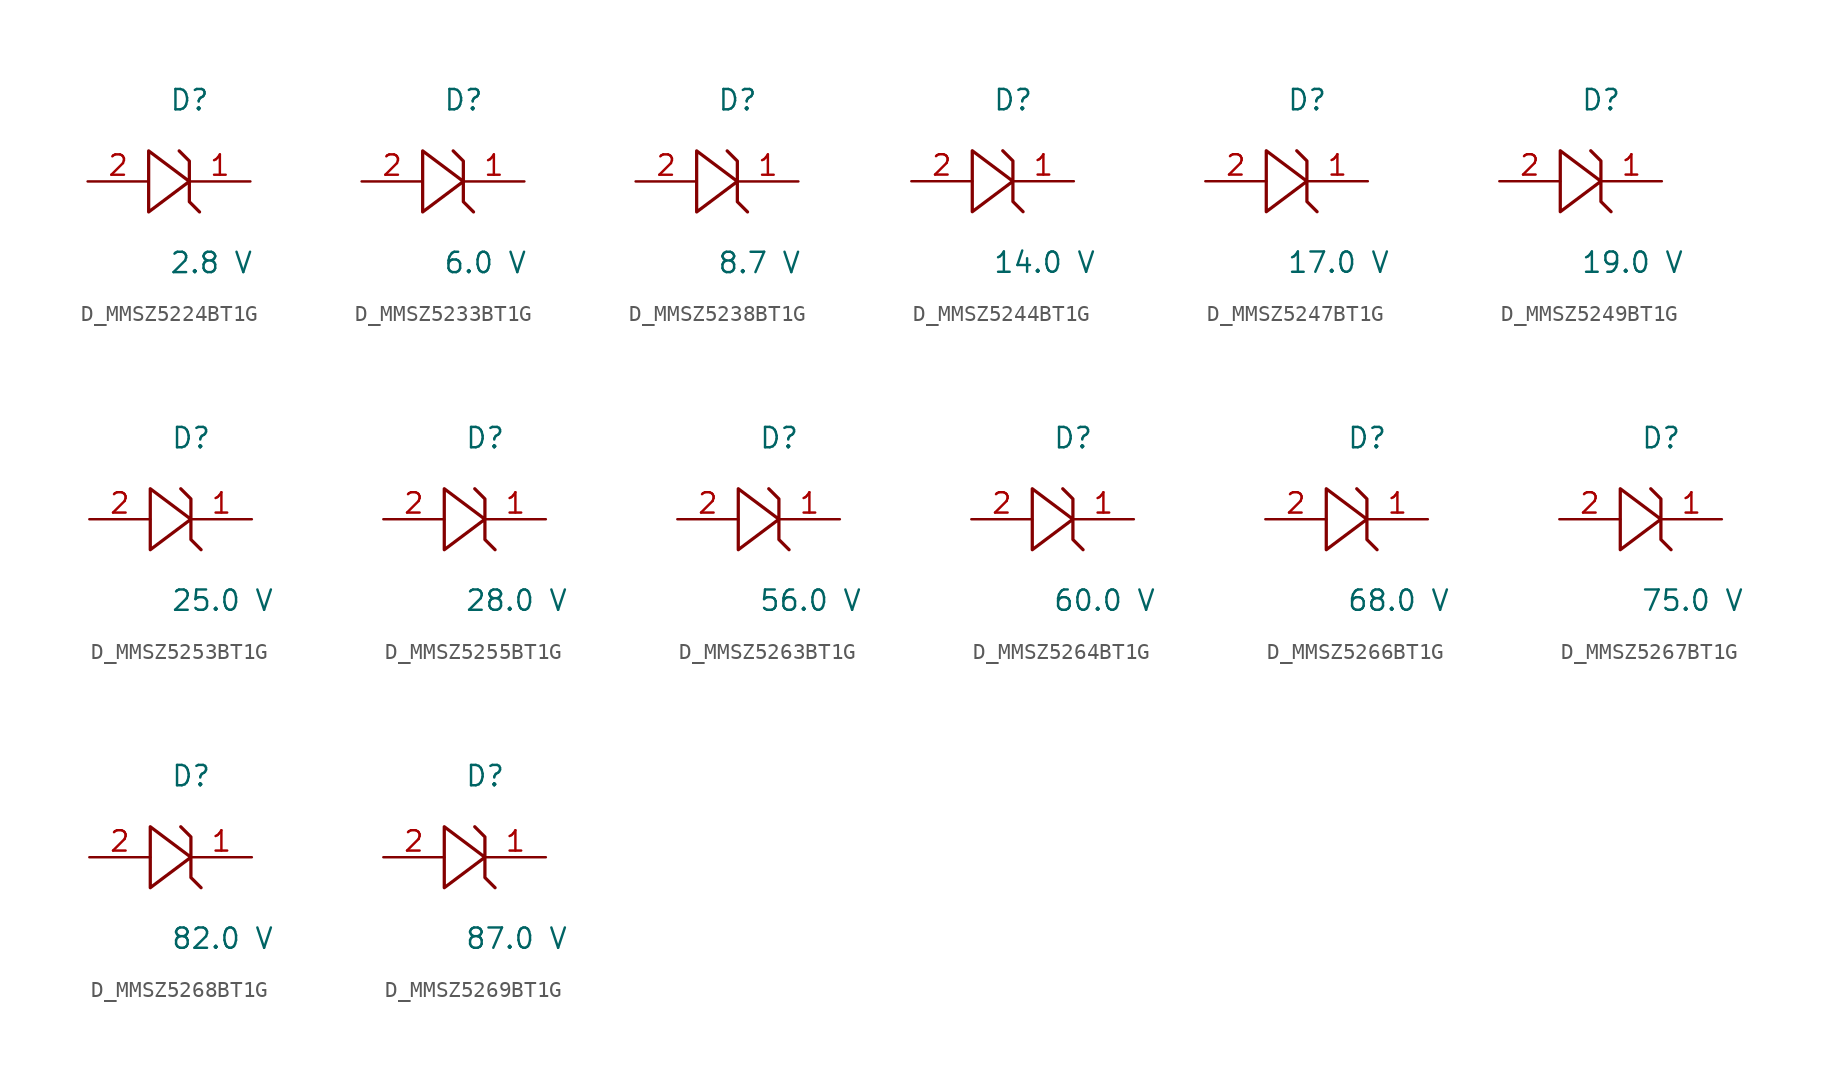
<source format=kicad_sym>
(kicad_symbol_lib
  (version 20231120)
  (generator kicad_symbol_editor)
  (generator_version 8.0)
  (symbol "D_MMSZ5224BT1G"
    (pin_names
      (offset 0.254))
    (property "Reference" "D"
      (at 0.0 5.08 0)
      (effects (font (size 1.27 1.27)) (justify left)))
    (property "Value" "2.8 V"
      (at 0.0 -5.08 0)
      (effects (font (size 1.27 1.27)) (justify left)))
    (symbol "D_MMSZ5224BT1G_1_0"
      (polyline (pts (xy 0.635 1.905) (xy 1.27 1.27) (xy 1.27 0) (xy -1.27 1.905) (xy -1.27 -1.905) (xy 1.27 0) (xy 1.27 -1.27) (xy 1.905 -1.905)) (stroke (width 0.203) (type default)) (fill (type none)))
      (pin unspecified line (at 5.08 0 180) (length 3.81) (name "" (effects (font (size 1.27 1.27)))) (number "1" (effects (font (size 1.27 1.27)))))
      (pin unspecified line (at -5.08 0 0) (length 3.81) (name "" (effects (font (size 1.27 1.27)))) (number "2" (effects (font (size 1.27 1.27)))))))
  (symbol "D_MMSZ5233BT1G"
    (pin_names
      (offset 0.254))
    (property "Reference" "D"
      (at 0.0 5.08 0)
      (effects (font (size 1.27 1.27)) (justify left)))
    (property "Value" "6.0 V"
      (at 0.0 -5.08 0)
      (effects (font (size 1.27 1.27)) (justify left)))
    (symbol "D_MMSZ5233BT1G_1_0"
      (polyline (pts (xy 0.635 1.905) (xy 1.27 1.27) (xy 1.27 0) (xy -1.27 1.905) (xy -1.27 -1.905) (xy 1.27 0) (xy 1.27 -1.27) (xy 1.905 -1.905)) (stroke (width 0.203) (type default)) (fill (type none)))
      (pin unspecified line (at 5.08 0 180) (length 3.81) (name "" (effects (font (size 1.27 1.27)))) (number "1" (effects (font (size 1.27 1.27)))))
      (pin unspecified line (at -5.08 0 0) (length 3.81) (name "" (effects (font (size 1.27 1.27)))) (number "2" (effects (font (size 1.27 1.27)))))))
  (symbol "D_MMSZ5238BT1G"
    (pin_names
      (offset 0.254))
    (property "Reference" "D"
      (at 0.0 5.08 0)
      (effects (font (size 1.27 1.27)) (justify left)))
    (property "Value" "8.7 V"
      (at 0.0 -5.08 0)
      (effects (font (size 1.27 1.27)) (justify left)))
    (symbol "D_MMSZ5238BT1G_1_0"
      (polyline (pts (xy 0.635 1.905) (xy 1.27 1.27) (xy 1.27 0) (xy -1.27 1.905) (xy -1.27 -1.905) (xy 1.27 0) (xy 1.27 -1.27) (xy 1.905 -1.905)) (stroke (width 0.203) (type default)) (fill (type none)))
      (pin unspecified line (at 5.08 0 180) (length 3.81) (name "" (effects (font (size 1.27 1.27)))) (number "1" (effects (font (size 1.27 1.27)))))
      (pin unspecified line (at -5.08 0 0) (length 3.81) (name "" (effects (font (size 1.27 1.27)))) (number "2" (effects (font (size 1.27 1.27)))))))
  (symbol "D_MMSZ5244BT1G"
    (pin_names
      (offset 0.254))
    (property "Reference" "D"
      (at 0.0 5.08 0)
      (effects (font (size 1.27 1.27)) (justify left)))
    (property "Value" "14.0 V"
      (at 0.0 -5.08 0)
      (effects (font (size 1.27 1.27)) (justify left)))
    (symbol "D_MMSZ5244BT1G_1_0"
      (polyline (pts (xy 0.635 1.905) (xy 1.27 1.27) (xy 1.27 0) (xy -1.27 1.905) (xy -1.27 -1.905) (xy 1.27 0) (xy 1.27 -1.27) (xy 1.905 -1.905)) (stroke (width 0.203) (type default)) (fill (type none)))
      (pin unspecified line (at 5.08 0 180) (length 3.81) (name "" (effects (font (size 1.27 1.27)))) (number "1" (effects (font (size 1.27 1.27)))))
      (pin unspecified line (at -5.08 0 0) (length 3.81) (name "" (effects (font (size 1.27 1.27)))) (number "2" (effects (font (size 1.27 1.27)))))))
  (symbol "D_MMSZ5247BT1G"
    (pin_names
      (offset 0.254))
    (property "Reference" "D"
      (at 0.0 5.08 0)
      (effects (font (size 1.27 1.27)) (justify left)))
    (property "Value" "17.0 V"
      (at 0.0 -5.08 0)
      (effects (font (size 1.27 1.27)) (justify left)))
    (symbol "D_MMSZ5247BT1G_1_0"
      (polyline (pts (xy 0.635 1.905) (xy 1.27 1.27) (xy 1.27 0) (xy -1.27 1.905) (xy -1.27 -1.905) (xy 1.27 0) (xy 1.27 -1.27) (xy 1.905 -1.905)) (stroke (width 0.203) (type default)) (fill (type none)))
      (pin unspecified line (at 5.08 0 180) (length 3.81) (name "" (effects (font (size 1.27 1.27)))) (number "1" (effects (font (size 1.27 1.27)))))
      (pin unspecified line (at -5.08 0 0) (length 3.81) (name "" (effects (font (size 1.27 1.27)))) (number "2" (effects (font (size 1.27 1.27)))))))
  (symbol "D_MMSZ5249BT1G"
    (pin_names
      (offset 0.254))
    (property "Reference" "D"
      (at 0.0 5.08 0)
      (effects (font (size 1.27 1.27)) (justify left)))
    (property "Value" "19.0 V"
      (at 0.0 -5.08 0)
      (effects (font (size 1.27 1.27)) (justify left)))
    (symbol "D_MMSZ5249BT1G_1_0"
      (polyline (pts (xy 0.635 1.905) (xy 1.27 1.27) (xy 1.27 0) (xy -1.27 1.905) (xy -1.27 -1.905) (xy 1.27 0) (xy 1.27 -1.27) (xy 1.905 -1.905)) (stroke (width 0.203) (type default)) (fill (type none)))
      (pin unspecified line (at 5.08 0 180) (length 3.81) (name "" (effects (font (size 1.27 1.27)))) (number "1" (effects (font (size 1.27 1.27)))))
      (pin unspecified line (at -5.08 0 0) (length 3.81) (name "" (effects (font (size 1.27 1.27)))) (number "2" (effects (font (size 1.27 1.27)))))))
  (symbol "D_MMSZ5253BT1G"
    (pin_names
      (offset 0.254))
    (property "Reference" "D"
      (at 0.0 5.08 0)
      (effects (font (size 1.27 1.27)) (justify left)))
    (property "Value" "25.0 V"
      (at 0.0 -5.08 0)
      (effects (font (size 1.27 1.27)) (justify left)))
    (symbol "D_MMSZ5253BT1G_1_0"
      (polyline (pts (xy 0.635 1.905) (xy 1.27 1.27) (xy 1.27 0) (xy -1.27 1.905) (xy -1.27 -1.905) (xy 1.27 0) (xy 1.27 -1.27) (xy 1.905 -1.905)) (stroke (width 0.203) (type default)) (fill (type none)))
      (pin unspecified line (at 5.08 0 180) (length 3.81) (name "" (effects (font (size 1.27 1.27)))) (number "1" (effects (font (size 1.27 1.27)))))
      (pin unspecified line (at -5.08 0 0) (length 3.81) (name "" (effects (font (size 1.27 1.27)))) (number "2" (effects (font (size 1.27 1.27)))))))
  (symbol "D_MMSZ5255BT1G"
    (pin_names
      (offset 0.254))
    (property "Reference" "D"
      (at 0.0 5.08 0)
      (effects (font (size 1.27 1.27)) (justify left)))
    (property "Value" "28.0 V"
      (at 0.0 -5.08 0)
      (effects (font (size 1.27 1.27)) (justify left)))
    (symbol "D_MMSZ5255BT1G_1_0"
      (polyline (pts (xy 0.635 1.905) (xy 1.27 1.27) (xy 1.27 0) (xy -1.27 1.905) (xy -1.27 -1.905) (xy 1.27 0) (xy 1.27 -1.27) (xy 1.905 -1.905)) (stroke (width 0.203) (type default)) (fill (type none)))
      (pin unspecified line (at 5.08 0 180) (length 3.81) (name "" (effects (font (size 1.27 1.27)))) (number "1" (effects (font (size 1.27 1.27)))))
      (pin unspecified line (at -5.08 0 0) (length 3.81) (name "" (effects (font (size 1.27 1.27)))) (number "2" (effects (font (size 1.27 1.27)))))))
  (symbol "D_MMSZ5263BT1G"
    (pin_names
      (offset 0.254))
    (property "Reference" "D"
      (at 0.0 5.08 0)
      (effects (font (size 1.27 1.27)) (justify left)))
    (property "Value" "56.0 V"
      (at 0.0 -5.08 0)
      (effects (font (size 1.27 1.27)) (justify left)))
    (symbol "D_MMSZ5263BT1G_1_0"
      (polyline (pts (xy 0.635 1.905) (xy 1.27 1.27) (xy 1.27 0) (xy -1.27 1.905) (xy -1.27 -1.905) (xy 1.27 0) (xy 1.27 -1.27) (xy 1.905 -1.905)) (stroke (width 0.203) (type default)) (fill (type none)))
      (pin unspecified line (at 5.08 0 180) (length 3.81) (name "" (effects (font (size 1.27 1.27)))) (number "1" (effects (font (size 1.27 1.27)))))
      (pin unspecified line (at -5.08 0 0) (length 3.81) (name "" (effects (font (size 1.27 1.27)))) (number "2" (effects (font (size 1.27 1.27)))))))
  (symbol "D_MMSZ5264BT1G"
    (pin_names
      (offset 0.254))
    (property "Reference" "D"
      (at 0.0 5.08 0)
      (effects (font (size 1.27 1.27)) (justify left)))
    (property "Value" "60.0 V"
      (at 0.0 -5.08 0)
      (effects (font (size 1.27 1.27)) (justify left)))
    (symbol "D_MMSZ5264BT1G_1_0"
      (polyline (pts (xy 0.635 1.905) (xy 1.27 1.27) (xy 1.27 0) (xy -1.27 1.905) (xy -1.27 -1.905) (xy 1.27 0) (xy 1.27 -1.27) (xy 1.905 -1.905)) (stroke (width 0.203) (type default)) (fill (type none)))
      (pin unspecified line (at 5.08 0 180) (length 3.81) (name "" (effects (font (size 1.27 1.27)))) (number "1" (effects (font (size 1.27 1.27)))))
      (pin unspecified line (at -5.08 0 0) (length 3.81) (name "" (effects (font (size 1.27 1.27)))) (number "2" (effects (font (size 1.27 1.27)))))))
  (symbol "D_MMSZ5266BT1G"
    (pin_names
      (offset 0.254))
    (property "Reference" "D"
      (at 0.0 5.08 0)
      (effects (font (size 1.27 1.27)) (justify left)))
    (property "Value" "68.0 V"
      (at 0.0 -5.08 0)
      (effects (font (size 1.27 1.27)) (justify left)))
    (symbol "D_MMSZ5266BT1G_1_0"
      (polyline (pts (xy 0.635 1.905) (xy 1.27 1.27) (xy 1.27 0) (xy -1.27 1.905) (xy -1.27 -1.905) (xy 1.27 0) (xy 1.27 -1.27) (xy 1.905 -1.905)) (stroke (width 0.203) (type default)) (fill (type none)))
      (pin unspecified line (at 5.08 0 180) (length 3.81) (name "" (effects (font (size 1.27 1.27)))) (number "1" (effects (font (size 1.27 1.27)))))
      (pin unspecified line (at -5.08 0 0) (length 3.81) (name "" (effects (font (size 1.27 1.27)))) (number "2" (effects (font (size 1.27 1.27)))))))
  (symbol "D_MMSZ5267BT1G"
    (pin_names
      (offset 0.254))
    (property "Reference" "D"
      (at 0.0 5.08 0)
      (effects (font (size 1.27 1.27)) (justify left)))
    (property "Value" "75.0 V"
      (at 0.0 -5.08 0)
      (effects (font (size 1.27 1.27)) (justify left)))
    (symbol "D_MMSZ5267BT1G_1_0"
      (polyline (pts (xy 0.635 1.905) (xy 1.27 1.27) (xy 1.27 0) (xy -1.27 1.905) (xy -1.27 -1.905) (xy 1.27 0) (xy 1.27 -1.27) (xy 1.905 -1.905)) (stroke (width 0.203) (type default)) (fill (type none)))
      (pin unspecified line (at 5.08 0 180) (length 3.81) (name "" (effects (font (size 1.27 1.27)))) (number "1" (effects (font (size 1.27 1.27)))))
      (pin unspecified line (at -5.08 0 0) (length 3.81) (name "" (effects (font (size 1.27 1.27)))) (number "2" (effects (font (size 1.27 1.27)))))))
  (symbol "D_MMSZ5268BT1G"
    (pin_names
      (offset 0.254))
    (property "Reference" "D"
      (at 0.0 5.08 0)
      (effects (font (size 1.27 1.27)) (justify left)))
    (property "Value" "82.0 V"
      (at 0.0 -5.08 0)
      (effects (font (size 1.27 1.27)) (justify left)))
    (symbol "D_MMSZ5268BT1G_1_0"
      (polyline (pts (xy 0.635 1.905) (xy 1.27 1.27) (xy 1.27 0) (xy -1.27 1.905) (xy -1.27 -1.905) (xy 1.27 0) (xy 1.27 -1.27) (xy 1.905 -1.905)) (stroke (width 0.203) (type default)) (fill (type none)))
      (pin unspecified line (at 5.08 0 180) (length 3.81) (name "" (effects (font (size 1.27 1.27)))) (number "1" (effects (font (size 1.27 1.27)))))
      (pin unspecified line (at -5.08 0 0) (length 3.81) (name "" (effects (font (size 1.27 1.27)))) (number "2" (effects (font (size 1.27 1.27)))))))
  (symbol "D_MMSZ5269BT1G"
    (pin_names
      (offset 0.254))
    (property "Reference" "D"
      (at 0.0 5.08 0)
      (effects (font (size 1.27 1.27)) (justify left)))
    (property "Value" "87.0 V"
      (at 0.0 -5.08 0)
      (effects (font (size 1.27 1.27)) (justify left)))
    (symbol "D_MMSZ5269BT1G_1_0"
      (polyline (pts (xy 0.635 1.905) (xy 1.27 1.27) (xy 1.27 0) (xy -1.27 1.905) (xy -1.27 -1.905) (xy 1.27 0) (xy 1.27 -1.27) (xy 1.905 -1.905)) (stroke (width 0.203) (type default)) (fill (type none)))
      (pin unspecified line (at 5.08 0 180) (length 3.81) (name "" (effects (font (size 1.27 1.27)))) (number "1" (effects (font (size 1.27 1.27)))))
      (pin unspecified line (at -5.08 0 0) (length 3.81) (name "" (effects (font (size 1.27 1.27)))) (number "2" (effects (font (size 1.27 1.27))))))))
</source>
